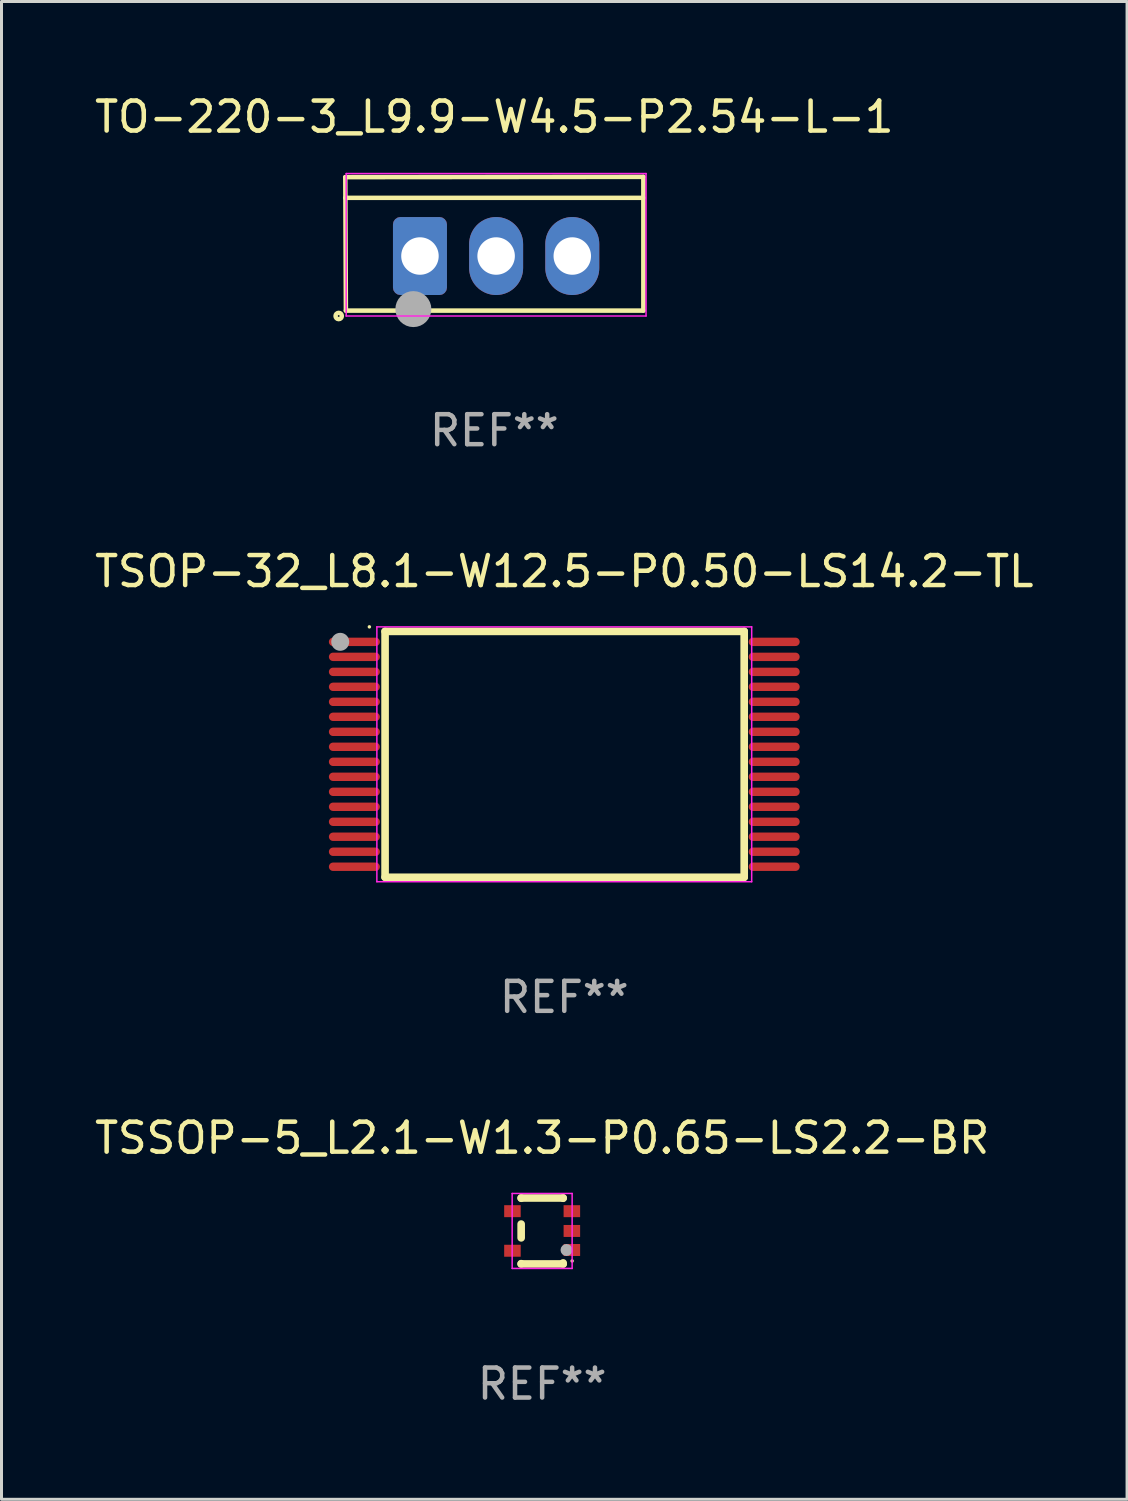
<source format=kicad_pcb>
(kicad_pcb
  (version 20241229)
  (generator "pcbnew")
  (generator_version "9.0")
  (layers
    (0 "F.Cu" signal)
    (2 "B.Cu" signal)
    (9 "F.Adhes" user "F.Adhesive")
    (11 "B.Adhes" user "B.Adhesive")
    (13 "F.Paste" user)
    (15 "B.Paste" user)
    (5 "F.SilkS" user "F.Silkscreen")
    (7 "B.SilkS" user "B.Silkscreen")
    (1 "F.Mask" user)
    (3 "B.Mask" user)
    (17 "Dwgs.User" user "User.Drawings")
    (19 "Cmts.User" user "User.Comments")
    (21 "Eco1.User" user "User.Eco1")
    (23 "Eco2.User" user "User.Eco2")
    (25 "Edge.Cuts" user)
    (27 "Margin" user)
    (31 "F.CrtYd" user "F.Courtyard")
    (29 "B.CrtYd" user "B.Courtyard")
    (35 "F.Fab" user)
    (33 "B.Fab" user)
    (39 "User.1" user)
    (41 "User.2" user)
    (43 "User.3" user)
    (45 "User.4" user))
  (footprint "TO-220-3_L9.9-W4.5-P2.54-L-1"
    (layer "F.Cu")
    (at 13.495 5.488)
    (property "Reference" "TO-220-3_L9.9-W4.5-P2.54-L-1" (at -0.06 -4.64 0) (layer "F.SilkS") (effects (font (size 1 1) (thickness 0.15))))
    (attr through_hole)
    (fp_line (start -5.03 -2.63) (end -5.01 1.82) (stroke (width 0.15) (type solid)) (layer "F.SilkS"))
    (fp_line (start -5.03 -1.94) (end 4.91 -1.94) (stroke (width 0.15) (type solid)) (layer "F.SilkS"))
    (fp_line (start -5.01 1.82) (end 4.91 1.82) (stroke (width 0.15) (type solid)) (layer "F.SilkS"))
    (fp_line (start 4.91 -2.64) (end -5.03 -2.63) (stroke (width 0.15) (type solid)) (layer "F.SilkS"))
    (fp_line (start 4.91 1.82) (end 4.91 -2.64) (stroke (width 0.15) (type solid)) (layer "F.SilkS"))
    (fp_circle (center -5.25 2) (end -5.22 2) (stroke (width 0.15) (type solid)) (fill no) (layer "F.SilkS"))
    (fp_line (start -5 -2.75) (end -5 2) (stroke (width 0.05) (type default)) (layer "F.CrtYd"))
    (fp_line (start -5 2) (end 5 2) (stroke (width 0.05) (type default)) (layer "F.CrtYd"))
    (fp_line (start 5 -2.75) (end -5 -2.75) (stroke (width 0.05) (type default)) (layer "F.CrtYd"))
    (fp_line (start 5 2) (end 5 -2.75) (stroke (width 0.05) (type default)) (layer "F.CrtYd"))
    (fp_circle (center -2.76 1.77) (end -2.46 1.77) (stroke (width 0.6) (type solid)) (fill no) (layer "F.Fab"))
    (fp_text user "REF**" (at -0.06 5.82 0) (layer "F.Fab") (effects (font (size 1 1) (thickness 0.15))))
    (pad "1" thru_hole roundrect (at -2.54 0) (size 1.8 2.6) (drill 1.25) (layers "*.Cu" "*.Mask") (roundrect_rratio 0.139))
    (pad "2" thru_hole oval (at 0 0) (size 1.8 2.6) (drill 1.25) (layers "*.Cu" "*.Mask"))
    (pad "3" thru_hole oval (at 2.54 0) (size 1.8 2.6) (drill 1.25) (layers "*.Cu" "*.Mask")))
  (footprint "TSOP-32_L8.1-W12.5-P0.50-LS14.2-TL"
    (layer "F.Cu")
    (at 15.768 22.105)
    (property "Reference" "TSOP-32_L8.1-W12.5-P0.50-LS14.2-TL" (at 0 -6.1 0) (layer "F.SilkS") (effects (font (size 1 1) (thickness 0.15))))
    (attr smd)
    (fp_line (start -5.976 -4.1) (end -5.976 4.1) (stroke (width 0.254) (type solid)) (layer "F.SilkS"))
    (fp_line (start -5.976 -4.1) (end 6 -4.1) (stroke (width 0.254) (type solid)) (layer "F.SilkS"))
    (fp_line (start 6 -4.1) (end 6 4.1) (stroke (width 0.254) (type solid)) (layer "F.SilkS"))
    (fp_line (start 6 4.1) (end -5.976 4.1) (stroke (width 0.254) (type solid)) (layer "F.SilkS"))
    (fp_circle (center -6.5 -4.25) (end -6.47 -4.25) (stroke (width 0.06) (type solid)) (fill no) (layer "F.SilkS"))
    (fp_line (start -6.25 -4.25) (end -6.25 4.25) (stroke (width 0.05) (type default)) (layer "F.CrtYd"))
    (fp_line (start -6.25 4.25) (end 6.25 4.25) (stroke (width 0.05) (type default)) (layer "F.CrtYd"))
    (fp_line (start 6.25 -4.25) (end -6.25 -4.25) (stroke (width 0.05) (type default)) (layer "F.CrtYd"))
    (fp_line (start 6.25 4.25) (end 6.25 -4.25) (stroke (width 0.05) (type default)) (layer "F.CrtYd"))
    (fp_circle (center -7.472 -3.751) (end -7.322 -3.751) (stroke (width 0.3) (type solid)) (fill no) (layer "F.Fab"))
    (fp_text user "REF**" (at 0 8.1 0) (layer "F.Fab") (effects (font (size 1 1) (thickness 0.15))))
    (pad "1" smd oval (at -7 -3.75 90) (size 0.28 1.7) (layers "F.Cu" "F.Mask" "F.Paste"))
    (pad "2" smd oval (at -7 -3.25 90) (size 0.28 1.7) (layers "F.Cu" "F.Mask" "F.Paste"))
    (pad "3" smd oval (at -7 -2.75 90) (size 0.28 1.7) (layers "F.Cu" "F.Mask" "F.Paste"))
    (pad "4" smd oval (at -7 -2.25 90) (size 0.28 1.7) (layers "F.Cu" "F.Mask" "F.Paste"))
    (pad "5" smd oval (at -7 -1.75 90) (size 0.28 1.7) (layers "F.Cu" "F.Mask" "F.Paste"))
    (pad "6" smd oval (at -7 -1.25 90) (size 0.28 1.7) (layers "F.Cu" "F.Mask" "F.Paste"))
    (pad "7" smd oval (at -7 -0.75 90) (size 0.28 1.7) (layers "F.Cu" "F.Mask" "F.Paste"))
    (pad "8" smd oval (at -7 -0.25 90) (size 0.28 1.7) (layers "F.Cu" "F.Mask" "F.Paste"))
    (pad "9" smd oval (at -7 0.25 90) (size 0.28 1.7) (layers "F.Cu" "F.Mask" "F.Paste"))
    (pad "10" smd oval (at -7 0.75 90) (size 0.28 1.7) (layers "F.Cu" "F.Mask" "F.Paste"))
    (pad "11" smd oval (at -7 1.25 90) (size 0.28 1.7) (layers "F.Cu" "F.Mask" "F.Paste"))
    (pad "12" smd oval (at -7 1.75 90) (size 0.28 1.7) (layers "F.Cu" "F.Mask" "F.Paste"))
    (pad "13" smd oval (at -7 2.25 90) (size 0.28 1.7) (layers "F.Cu" "F.Mask" "F.Paste"))
    (pad "14" smd oval (at -7 2.75 90) (size 0.28 1.7) (layers "F.Cu" "F.Mask" "F.Paste"))
    (pad "15" smd oval (at -7 3.25 90) (size 0.28 1.7) (layers "F.Cu" "F.Mask" "F.Paste"))
    (pad "16" smd oval (at -7 3.75 90) (size 0.28 1.7) (layers "F.Cu" "F.Mask" "F.Paste"))
    (pad "17" smd oval (at 7 3.75 90) (size 0.28 1.7) (layers "F.Cu" "F.Mask" "F.Paste"))
    (pad "18" smd oval (at 7 3.25 90) (size 0.28 1.7) (layers "F.Cu" "F.Mask" "F.Paste"))
    (pad "19" smd oval (at 7 2.75 90) (size 0.28 1.7) (layers "F.Cu" "F.Mask" "F.Paste"))
    (pad "20" smd oval (at 7 2.25 90) (size 0.28 1.7) (layers "F.Cu" "F.Mask" "F.Paste"))
    (pad "21" smd oval (at 7 1.75 90) (size 0.28 1.7) (layers "F.Cu" "F.Mask" "F.Paste"))
    (pad "22" smd oval (at 7 1.25 90) (size 0.28 1.7) (layers "F.Cu" "F.Mask" "F.Paste"))
    (pad "23" smd oval (at 7 0.75 90) (size 0.28 1.7) (layers "F.Cu" "F.Mask" "F.Paste"))
    (pad "24" smd oval (at 7 0.25 90) (size 0.28 1.7) (layers "F.Cu" "F.Mask" "F.Paste"))
    (pad "25" smd oval (at 7 -0.25 90) (size 0.28 1.7) (layers "F.Cu" "F.Mask" "F.Paste"))
    (pad "26" smd oval (at 7 -0.75 90) (size 0.28 1.7) (layers "F.Cu" "F.Mask" "F.Paste"))
    (pad "27" smd oval (at 7 -1.25 90) (size 0.28 1.7) (layers "F.Cu" "F.Mask" "F.Paste"))
    (pad "28" smd oval (at 7 -1.75 90) (size 0.28 1.7) (layers "F.Cu" "F.Mask" "F.Paste"))
    (pad "29" smd oval (at 7 -2.25 90) (size 0.28 1.7) (layers "F.Cu" "F.Mask" "F.Paste"))
    (pad "30" smd oval (at 7 -2.75 90) (size 0.28 1.7) (layers "F.Cu" "F.Mask" "F.Paste"))
    (pad "31" smd oval (at 7 -3.25 90) (size 0.28 1.7) (layers "F.Cu" "F.Mask" "F.Paste"))
    (pad "32" smd oval (at 7 -3.75 90) (size 0.28 1.7) (layers "F.Cu" "F.Mask" "F.Paste")))
  (footprint "TSSOP-5_L2.1-W1.3-P0.65-LS2.2-BR"
    (layer "F.Cu")
    (at 15.03 38.001)
    (property "Reference" "TSSOP-5_L2.1-W1.3-P0.65-LS2.2-BR" (at 0 -3.1 0) (layer "F.SilkS") (effects (font (size 1 1) (thickness 0.15))))
    (attr smd)
    (fp_line (start -0.7 -1.1) (end 0.7 -1.1) (stroke (width 0.254) (type solid)) (layer "F.SilkS"))
    (fp_line (start -0.7 -1.091) (end -0.7 -1.1) (stroke (width 0.254) (type solid)) (layer "F.SilkS"))
    (fp_line (start -0.7 0.23) (end -0.7 -0.23) (stroke (width 0.254) (type solid)) (layer "F.SilkS"))
    (fp_line (start -0.7 1.1) (end -0.7 1.09) (stroke (width 0.254) (type solid)) (layer "F.SilkS"))
    (fp_line (start -0.7 1.1) (end 0.7 1.1) (stroke (width 0.254) (type solid)) (layer "F.SilkS"))
    (fp_line (start 0.7 -1.091) (end 0.7 -1.1) (stroke (width 0.254) (type solid)) (layer "F.SilkS"))
    (fp_line (start 0.7 1.1) (end 0.7 1.065) (stroke (width 0.254) (type solid)) (layer "F.SilkS"))
    (fp_circle (center 1 1) (end 1.03 1) (stroke (width 0.06) (type solid)) (fill no) (layer "F.SilkS"))
    (fp_line (start -1 -1.25) (end 1 -1.25) (stroke (width 0.05) (type default)) (layer "F.CrtYd"))
    (fp_line (start -1 1.25) (end -1 -1.25) (stroke (width 0.05) (type default)) (layer "F.CrtYd"))
    (fp_line (start 1 -1.25) (end 1 1.25) (stroke (width 0.05) (type default)) (layer "F.CrtYd"))
    (fp_line (start 1 1.25) (end -1 1.25) (stroke (width 0.05) (type default)) (layer "F.CrtYd"))
    (fp_circle (center 0.813 0.635) (end 0.913 0.635) (stroke (width 0.2) (type solid)) (fill no) (layer "F.Fab"))
    (fp_text user "REF**" (at 0 5.1 0) (layer "F.Fab") (effects (font (size 1 1) (thickness 0.15))))
    (pad "1" smd rect (at 0.991 0.635 270) (size 0.399 0.551) (layers "F.Cu" "F.Mask" "F.Paste"))
    (pad "2" smd rect (at 0.991 0 270) (size 0.399 0.551) (layers "F.Cu" "F.Mask" "F.Paste"))
    (pad "3" smd rect (at 0.991 -0.66 270) (size 0.399 0.551) (layers "F.Cu" "F.Mask" "F.Paste"))
    (pad "4" smd rect (at -0.991 -0.66 270) (size 0.399 0.551) (layers "F.Cu" "F.Mask" "F.Paste"))
    (pad "5" smd rect (at -0.991 0.66 270) (size 0.399 0.551) (layers "F.Cu" "F.Mask" "F.Paste")))
  (gr_rect
    (start -3 -3)
    (end 34.536 46.95)
    (stroke (width 0.1) (type default))
    (fill no)
    (layer "Edge.Cuts")))
</source>
